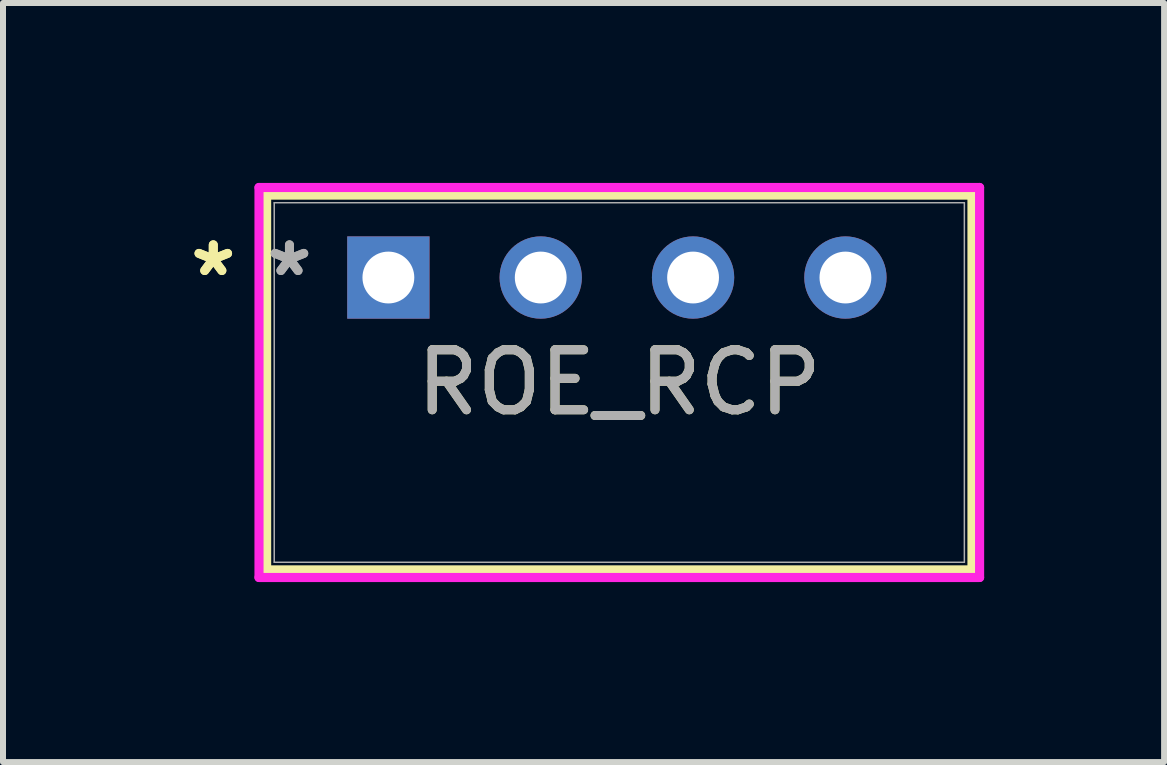
<source format=kicad_pcb>
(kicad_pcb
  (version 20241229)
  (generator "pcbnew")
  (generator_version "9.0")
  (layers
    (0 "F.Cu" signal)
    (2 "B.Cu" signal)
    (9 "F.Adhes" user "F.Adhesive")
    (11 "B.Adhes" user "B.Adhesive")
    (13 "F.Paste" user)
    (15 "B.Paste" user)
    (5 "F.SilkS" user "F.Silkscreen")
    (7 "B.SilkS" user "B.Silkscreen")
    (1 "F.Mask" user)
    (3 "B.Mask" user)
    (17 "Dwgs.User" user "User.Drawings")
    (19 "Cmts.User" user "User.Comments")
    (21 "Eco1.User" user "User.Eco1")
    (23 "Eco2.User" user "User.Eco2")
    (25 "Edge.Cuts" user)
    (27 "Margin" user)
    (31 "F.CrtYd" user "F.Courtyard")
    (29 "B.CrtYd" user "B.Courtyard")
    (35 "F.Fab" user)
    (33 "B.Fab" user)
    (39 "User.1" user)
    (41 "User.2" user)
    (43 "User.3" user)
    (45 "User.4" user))
  (footprint "ROE_RCP"
    (layer "F.Cu")
    (at 3.425 1.577)
    (property "Reference" "ROE_RCP" (at 3.85 1.75 0) (unlocked yes) (layer "F.SilkS") (effects (font (size 1 1) (thickness 0.15))))
    (attr through_hole)
    (fp_line (start -2.03 -1.374) (end -2.03 4.874) (stroke (width 0.152) (type solid)) (layer "F.SilkS"))
    (fp_line (start -2.03 4.874) (end 9.73 4.874) (stroke (width 0.152) (type solid)) (layer "F.SilkS"))
    (fp_line (start 9.73 -1.374) (end -2.03 -1.374) (stroke (width 0.152) (type solid)) (layer "F.SilkS"))
    (fp_line (start 9.73 4.874) (end 9.73 -1.374) (stroke (width 0.152) (type solid)) (layer "F.SilkS"))
    (fp_line (start -2.157 -1.501) (end 9.857 -1.501) (stroke (width 0.152) (type solid)) (layer "F.CrtYd"))
    (fp_line (start -2.157 5.001) (end -2.157 -1.501) (stroke (width 0.152) (type solid)) (layer "F.CrtYd"))
    (fp_line (start 9.857 -1.501) (end 9.857 5.001) (stroke (width 0.152) (type solid)) (layer "F.CrtYd"))
    (fp_line (start 9.857 5.001) (end -2.157 5.001) (stroke (width 0.152) (type solid)) (layer "F.CrtYd"))
    (fp_line (start -1.903 -1.247) (end -1.903 4.747) (stroke (width 0.025) (type solid)) (layer "F.Fab"))
    (fp_line (start -1.903 4.747) (end 9.603 4.747) (stroke (width 0.025) (type solid)) (layer "F.Fab"))
    (fp_line (start 9.603 -1.247) (end -1.903 -1.247) (stroke (width 0.025) (type solid)) (layer "F.Fab"))
    (fp_line (start 9.603 4.747) (end 9.603 -1.247) (stroke (width 0.025) (type solid)) (layer "F.Fab"))
    (fp_text user "*" (at -2.919 0 0) (unlocked yes) (layer "F.SilkS") (effects (font (size 1 1) (thickness 0.15))))
    (fp_text user "*" (at -2.919 0 0) (layer "F.SilkS") (effects (font (size 1 1) (thickness 0.15))))
    (fp_text user "${REFERENCE}" (at 3.85 1.75 0) (unlocked yes) (layer "F.Fab") (effects (font (size 1 1) (thickness 0.15))))
    (fp_text user "*" (at -1.649 0 0) (unlocked yes) (layer "F.Fab") (effects (font (size 1 1) (thickness 0.15))))
    (fp_text user "*" (at -1.649 0 0) (layer "F.Fab") (effects (font (size 1 1) (thickness 0.15))))
    (pad "1" thru_hole rect (at 0 0) (size 1.372 1.372) (drill 0.864) (layers "*.Cu" "*.Mask"))
    (pad "2" thru_hole circle (at 2.54 0) (size 1.372 1.372) (drill 0.864) (layers "*.Cu" "*.Mask"))
    (pad "3" thru_hole circle (at 5.08 0) (size 1.372 1.372) (drill 0.864) (layers "*.Cu" "*.Mask"))
    (pad "4" thru_hole circle (at 7.62 0) (size 1.372 1.372) (drill 0.864) (layers "*.Cu" "*.Mask")))
  (gr_rect
    (start -3 -3)
    (end 16.358 9.655)
    (stroke (width 0.1) (type default))
    (fill no)
    (layer "Edge.Cuts")))
</source>
